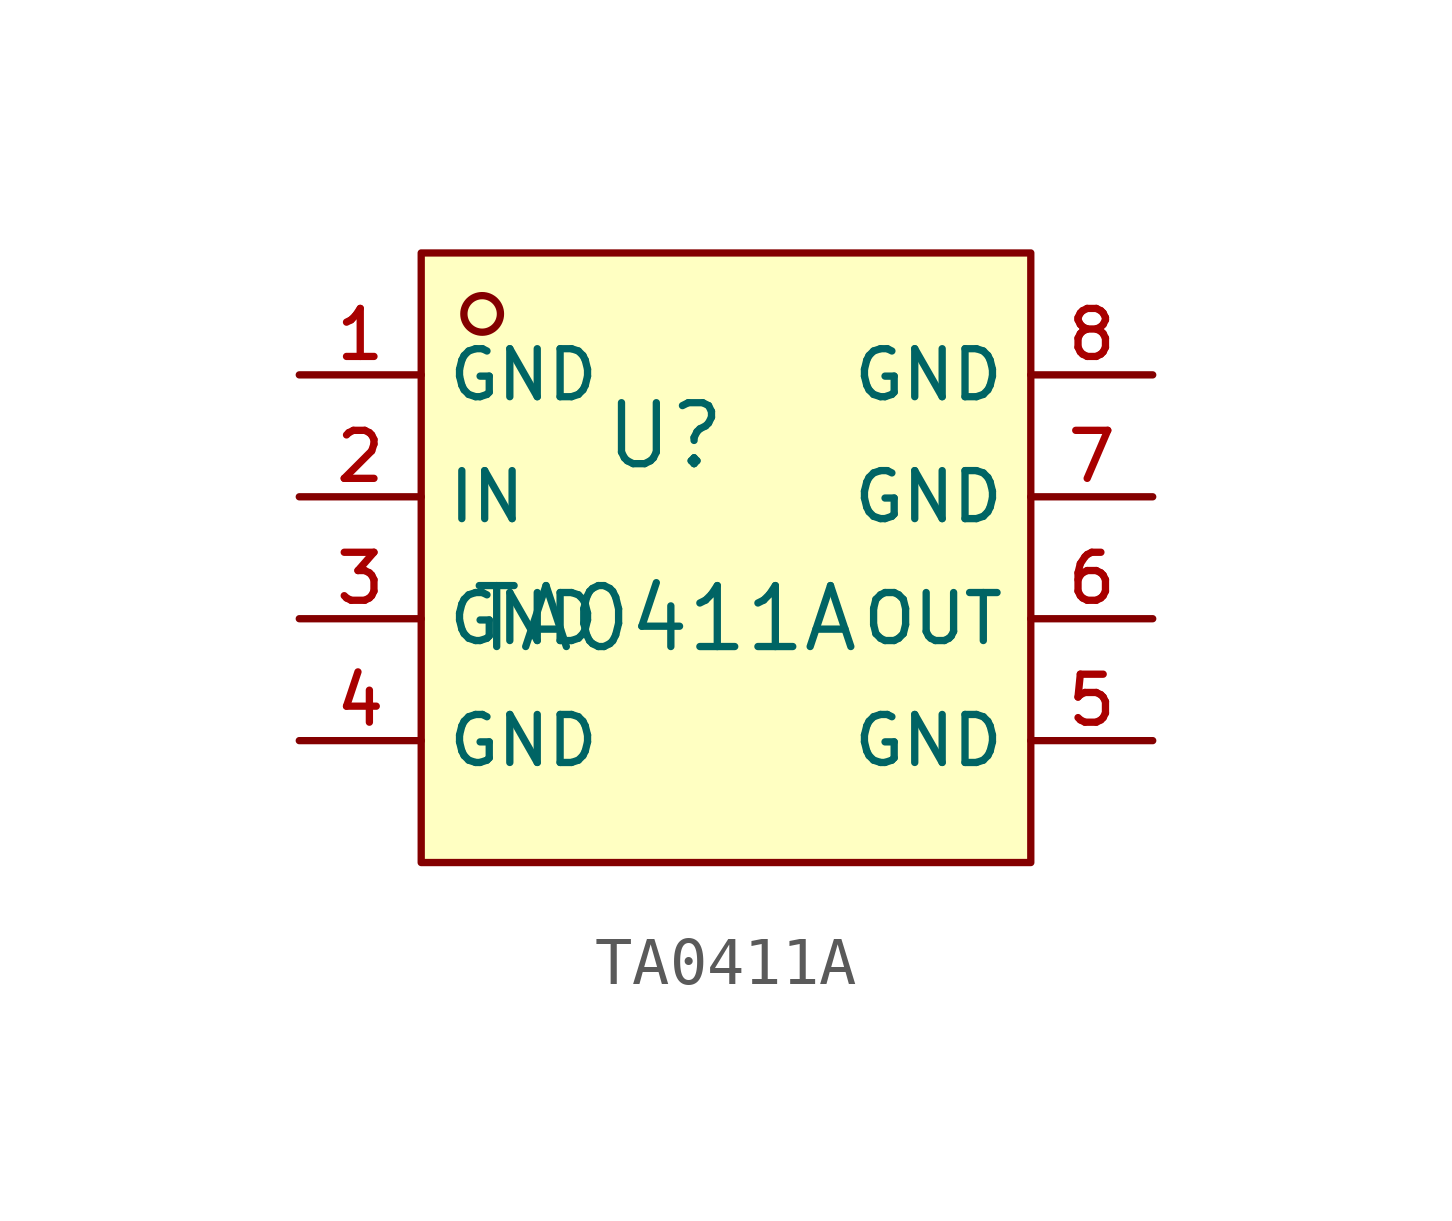
<source format=kicad_sym>
(kicad_symbol_lib
  (version 20210201)
  (generator TousstNicolas/JLC2KiCad_lib)
  (symbol "TA0411A"
    (property "Reference" "U"
      (at 0 1.27 0)
      (effects (font (size 1.27 1.27))))
    (property "Value" "TA0411A"
      (at 0 -2.54 0)
      (effects (font (size 1.27 1.27))))
    (symbol "TA0411A_0_1"
      (pin unspecified line (at 10.16 2.54 180) (length 2.54) (name "GND" (effects (font (size 1 1)))) (number "8" (effects (font (size 1 1)))))
      (pin unspecified line (at 10.16 -0.0 180) (length 2.54) (name "GND" (effects (font (size 1 1)))) (number "7" (effects (font (size 1 1)))))
      (pin unspecified line (at 10.16 -2.54 180) (length 2.54) (name "OUT" (effects (font (size 1 1)))) (number "6" (effects (font (size 1 1)))))
      (pin unspecified line (at 10.16 -5.08 180) (length 2.54) (name "GND" (effects (font (size 1 1)))) (number "5" (effects (font (size 1 1)))))
      (pin unspecified line (at -7.62 -5.08 0) (length 2.54) (name "GND" (effects (font (size 1 1)))) (number "4" (effects (font (size 1 1)))))
      (pin unspecified line (at -7.62 -2.54 0) (length 2.54) (name "GND" (effects (font (size 1 1)))) (number "3" (effects (font (size 1 1)))))
      (pin unspecified line (at -7.62 -0.0 0) (length 2.54) (name "IN" (effects (font (size 1 1)))) (number "2" (effects (font (size 1 1)))))
      (pin unspecified line (at -7.62 2.54 0) (length 2.54) (name "GND" (effects (font (size 1 1)))) (number "1" (effects (font (size 1 1)))))
      (circle (center -3.81 3.81) (radius 0.381) (stroke (width 0) (type default) (color 0 0 0 0)) (fill (type background)))
      (rectangle (start -5.08 5.08) (end 7.62 -7.62) (stroke (width 0) (type default) (color 0 0 0 0)) (fill (type background))))))
</source>
